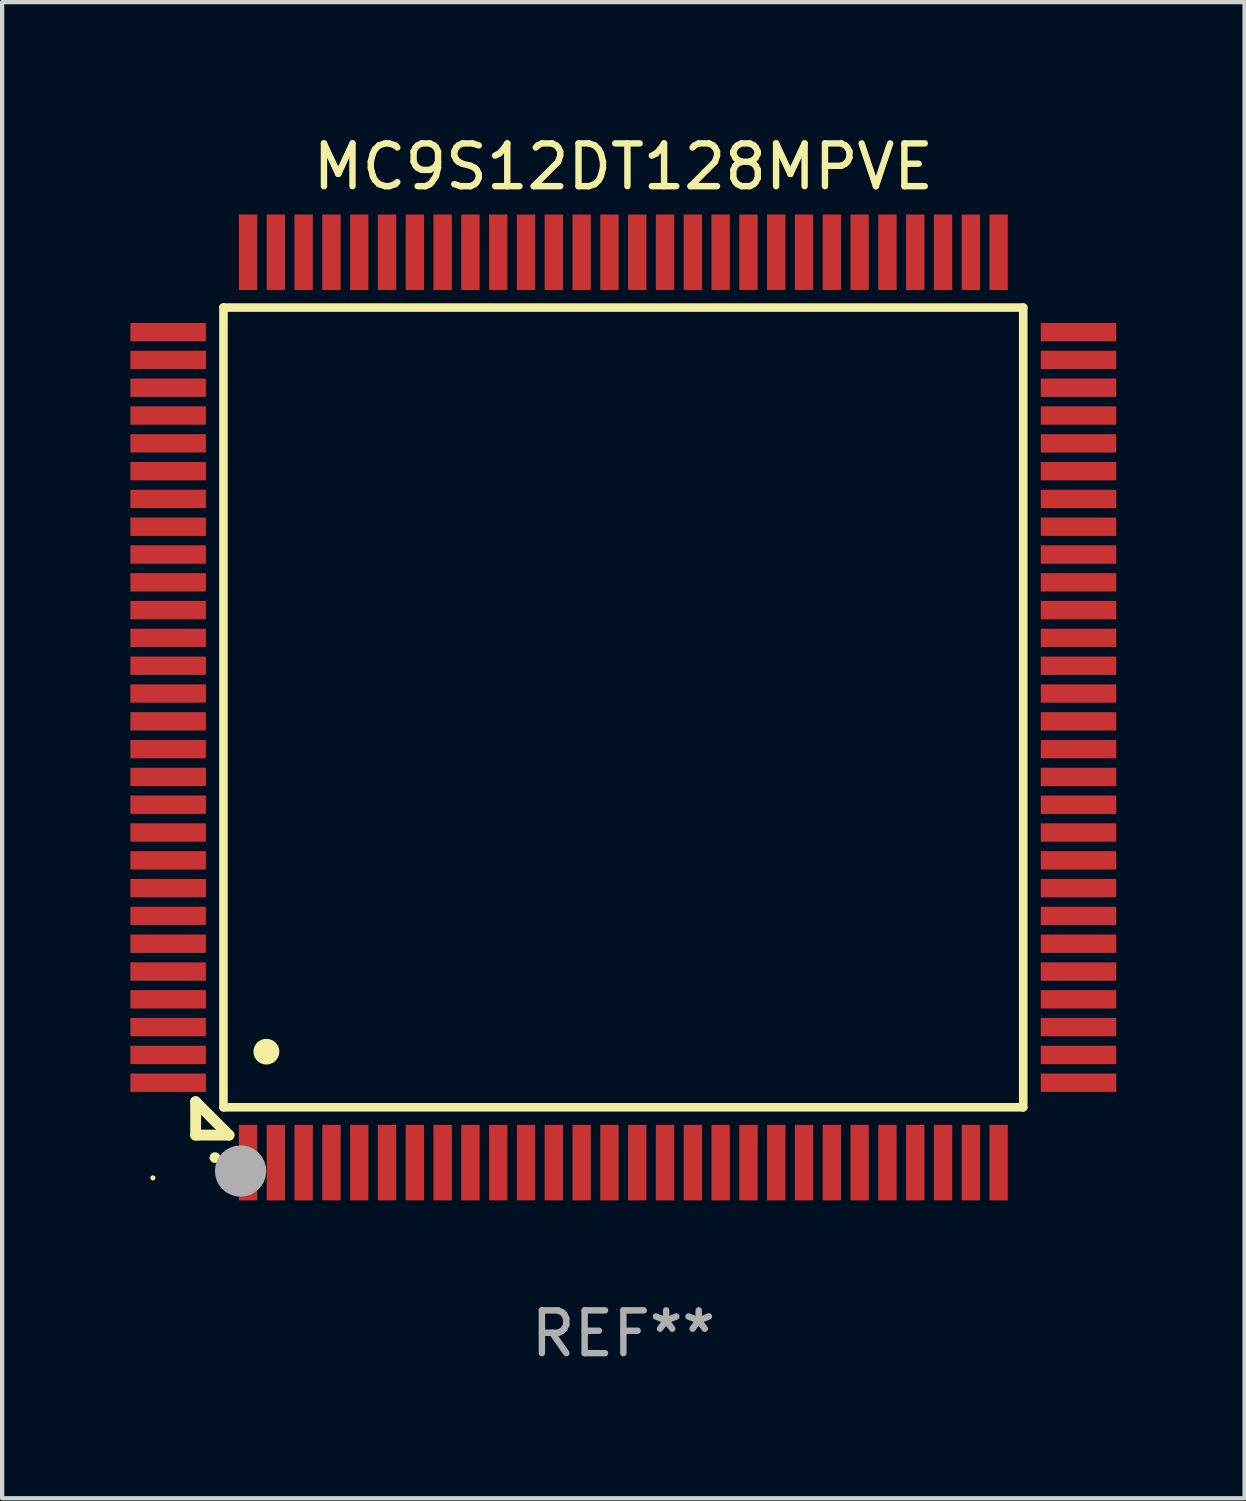
<source format=kicad_pcb>
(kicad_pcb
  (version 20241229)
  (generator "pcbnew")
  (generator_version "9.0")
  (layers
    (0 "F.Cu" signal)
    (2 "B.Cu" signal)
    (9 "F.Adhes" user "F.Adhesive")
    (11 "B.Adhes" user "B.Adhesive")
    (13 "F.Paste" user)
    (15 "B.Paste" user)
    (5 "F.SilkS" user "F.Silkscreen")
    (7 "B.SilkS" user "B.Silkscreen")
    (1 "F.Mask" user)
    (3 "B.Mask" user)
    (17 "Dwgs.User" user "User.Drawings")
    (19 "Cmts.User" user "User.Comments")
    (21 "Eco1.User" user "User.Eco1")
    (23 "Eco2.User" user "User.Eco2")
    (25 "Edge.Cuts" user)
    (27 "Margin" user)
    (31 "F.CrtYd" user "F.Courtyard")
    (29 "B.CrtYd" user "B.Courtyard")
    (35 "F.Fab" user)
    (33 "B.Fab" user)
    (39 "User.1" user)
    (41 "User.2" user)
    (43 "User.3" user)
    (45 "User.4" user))
  (footprint "MC9S12DT128MPVE"
    (layer "F.Cu")
    (at 11.525 13.491)
    (property "Reference" "MC9S12DT128MPVE" (at 0 -12.643 0) (layer "F.SilkS") (effects (font (size 1 1) (thickness 0.15))))
    (attr through_hole)
    (fp_line (start -10 9.221) (end -10 9.221) (stroke (width 0.254) (type solid)) (layer "F.SilkS"))
    (fp_line (start -10 9.221) (end -10 10) (stroke (width 0.254) (type solid)) (layer "F.SilkS"))
    (fp_line (start -10 9.221) (end -9.221 10) (stroke (width 0.254) (type solid)) (layer "F.SilkS"))
    (fp_line (start -10 10) (end -9.221 10) (stroke (width 0.254) (type solid)) (layer "F.SilkS"))
    (fp_line (start -9.35 -9.35) (end -9.35 9.35) (stroke (width 0.201) (type solid)) (layer "F.SilkS"))
    (fp_line (start -9.35 9.35) (end 9.35 9.35) (stroke (width 0.201) (type solid)) (layer "F.SilkS"))
    (fp_line (start 9.35 -9.35) (end -9.35 -9.35) (stroke (width 0.201) (type solid)) (layer "F.SilkS"))
    (fp_line (start 9.35 9.35) (end 9.35 -9.35) (stroke (width 0.201) (type solid)) (layer "F.SilkS"))
    (fp_arc (start -9.550546 10.525832) (mid -9.549276 10.525826) (end -9.548006 10.525832) (stroke (width 0.24892) (type solid)) (layer "F.SilkS"))
    (fp_arc (start -8.349124 8.049327) (mid -8.346584 8.049316) (end -8.344044 8.049327) (stroke (width 0.599441) (type solid)) (layer "F.SilkS"))
    (fp_circle (center -11 11) (end -10.97 11) (stroke (width 0.06) (type solid)) (fill no) (layer "F.SilkS"))
    (fp_circle (center -8.95 10.84) (end -8.65 10.84) (stroke (width 0.6) (type solid)) (fill no) (layer "F.Fab"))
    (fp_text user "REF**" (at 0 14.643 0) (layer "F.Fab") (effects (font (size 1 1) (thickness 0.15))))
    (pad "1" smd rect (at -8.775 10.643) (size 0.43 1.765) (layers "F.Cu" "F.Mask" "F.Paste"))
    (pad "2" smd rect (at -8.125 10.643) (size 0.43 1.765) (layers "F.Cu" "F.Mask" "F.Paste"))
    (pad "3" smd rect (at -7.475 10.643) (size 0.43 1.765) (layers "F.Cu" "F.Mask" "F.Paste"))
    (pad "4" smd rect (at -6.825 10.643) (size 0.43 1.765) (layers "F.Cu" "F.Mask" "F.Paste"))
    (pad "5" smd rect (at -6.175 10.643) (size 0.43 1.765) (layers "F.Cu" "F.Mask" "F.Paste"))
    (pad "6" smd rect (at -5.525 10.643) (size 0.43 1.765) (layers "F.Cu" "F.Mask" "F.Paste"))
    (pad "7" smd rect (at -4.875 10.643) (size 0.43 1.765) (layers "F.Cu" "F.Mask" "F.Paste"))
    (pad "8" smd rect (at -4.225 10.643) (size 0.43 1.765) (layers "F.Cu" "F.Mask" "F.Paste"))
    (pad "9" smd rect (at -3.575 10.643) (size 0.43 1.765) (layers "F.Cu" "F.Mask" "F.Paste"))
    (pad "10" smd rect (at -2.925 10.643) (size 0.43 1.765) (layers "F.Cu" "F.Mask" "F.Paste"))
    (pad "11" smd rect (at -2.275 10.643) (size 0.43 1.765) (layers "F.Cu" "F.Mask" "F.Paste"))
    (pad "12" smd rect (at -1.625 10.643) (size 0.43 1.765) (layers "F.Cu" "F.Mask" "F.Paste"))
    (pad "13" smd rect (at -0.975 10.643) (size 0.43 1.765) (layers "F.Cu" "F.Mask" "F.Paste"))
    (pad "14" smd rect (at -0.325 10.643) (size 0.43 1.765) (layers "F.Cu" "F.Mask" "F.Paste"))
    (pad "15" smd rect (at 0.325 10.643) (size 0.43 1.765) (layers "F.Cu" "F.Mask" "F.Paste"))
    (pad "16" smd rect (at 0.975 10.643) (size 0.43 1.765) (layers "F.Cu" "F.Mask" "F.Paste"))
    (pad "17" smd rect (at 1.625 10.643) (size 0.43 1.765) (layers "F.Cu" "F.Mask" "F.Paste"))
    (pad "18" smd rect (at 2.275 10.643) (size 0.43 1.765) (layers "F.Cu" "F.Mask" "F.Paste"))
    (pad "19" smd rect (at 2.925 10.643) (size 0.43 1.765) (layers "F.Cu" "F.Mask" "F.Paste"))
    (pad "20" smd rect (at 3.575 10.643) (size 0.43 1.765) (layers "F.Cu" "F.Mask" "F.Paste"))
    (pad "21" smd rect (at 4.225 10.643) (size 0.43 1.765) (layers "F.Cu" "F.Mask" "F.Paste"))
    (pad "22" smd rect (at 4.875 10.643) (size 0.43 1.765) (layers "F.Cu" "F.Mask" "F.Paste"))
    (pad "23" smd rect (at 5.525 10.643) (size 0.43 1.765) (layers "F.Cu" "F.Mask" "F.Paste"))
    (pad "24" smd rect (at 6.175 10.643) (size 0.43 1.765) (layers "F.Cu" "F.Mask" "F.Paste"))
    (pad "25" smd rect (at 6.825 10.643) (size 0.43 1.765) (layers "F.Cu" "F.Mask" "F.Paste"))
    (pad "26" smd rect (at 7.475 10.643) (size 0.43 1.765) (layers "F.Cu" "F.Mask" "F.Paste"))
    (pad "27" smd rect (at 8.125 10.643) (size 0.43 1.765) (layers "F.Cu" "F.Mask" "F.Paste"))
    (pad "28" smd rect (at 8.775 10.643) (size 0.43 1.765) (layers "F.Cu" "F.Mask" "F.Paste"))
    (pad "29" smd rect (at 10.643 8.775) (size 1.765 0.43) (layers "F.Cu" "F.Mask" "F.Paste"))
    (pad "30" smd rect (at 10.643 8.125) (size 1.765 0.43) (layers "F.Cu" "F.Mask" "F.Paste"))
    (pad "31" smd rect (at 10.643 7.475) (size 1.765 0.43) (layers "F.Cu" "F.Mask" "F.Paste"))
    (pad "32" smd rect (at 10.643 6.825) (size 1.765 0.43) (layers "F.Cu" "F.Mask" "F.Paste"))
    (pad "33" smd rect (at 10.643 6.175) (size 1.765 0.43) (layers "F.Cu" "F.Mask" "F.Paste"))
    (pad "34" smd rect (at 10.643 5.525) (size 1.765 0.43) (layers "F.Cu" "F.Mask" "F.Paste"))
    (pad "35" smd rect (at 10.643 4.875) (size 1.765 0.43) (layers "F.Cu" "F.Mask" "F.Paste"))
    (pad "36" smd rect (at 10.643 4.225) (size 1.765 0.43) (layers "F.Cu" "F.Mask" "F.Paste"))
    (pad "37" smd rect (at 10.643 3.575) (size 1.765 0.43) (layers "F.Cu" "F.Mask" "F.Paste"))
    (pad "38" smd rect (at 10.643 2.925) (size 1.765 0.43) (layers "F.Cu" "F.Mask" "F.Paste"))
    (pad "39" smd rect (at 10.643 2.275) (size 1.765 0.43) (layers "F.Cu" "F.Mask" "F.Paste"))
    (pad "40" smd rect (at 10.643 1.625) (size 1.765 0.43) (layers "F.Cu" "F.Mask" "F.Paste"))
    (pad "41" smd rect (at 10.643 0.975) (size 1.765 0.43) (layers "F.Cu" "F.Mask" "F.Paste"))
    (pad "42" smd rect (at 10.643 0.325) (size 1.765 0.43) (layers "F.Cu" "F.Mask" "F.Paste"))
    (pad "43" smd rect (at 10.643 -0.325) (size 1.765 0.43) (layers "F.Cu" "F.Mask" "F.Paste"))
    (pad "44" smd rect (at 10.643 -0.975) (size 1.765 0.43) (layers "F.Cu" "F.Mask" "F.Paste"))
    (pad "45" smd rect (at 10.643 -1.625) (size 1.765 0.43) (layers "F.Cu" "F.Mask" "F.Paste"))
    (pad "46" smd rect (at 10.643 -2.275) (size 1.765 0.43) (layers "F.Cu" "F.Mask" "F.Paste"))
    (pad "47" smd rect (at 10.643 -2.925) (size 1.765 0.43) (layers "F.Cu" "F.Mask" "F.Paste"))
    (pad "48" smd rect (at 10.643 -3.575) (size 1.765 0.43) (layers "F.Cu" "F.Mask" "F.Paste"))
    (pad "49" smd rect (at 10.643 -4.225) (size 1.765 0.43) (layers "F.Cu" "F.Mask" "F.Paste"))
    (pad "50" smd rect (at 10.643 -4.875) (size 1.765 0.43) (layers "F.Cu" "F.Mask" "F.Paste"))
    (pad "51" smd rect (at 10.643 -5.525) (size 1.765 0.43) (layers "F.Cu" "F.Mask" "F.Paste"))
    (pad "52" smd rect (at 10.643 -6.175) (size 1.765 0.43) (layers "F.Cu" "F.Mask" "F.Paste"))
    (pad "53" smd rect (at 10.643 -6.825) (size 1.765 0.43) (layers "F.Cu" "F.Mask" "F.Paste"))
    (pad "54" smd rect (at 10.643 -7.475) (size 1.765 0.43) (layers "F.Cu" "F.Mask" "F.Paste"))
    (pad "55" smd rect (at 10.643 -8.125) (size 1.765 0.43) (layers "F.Cu" "F.Mask" "F.Paste"))
    (pad "56" smd rect (at 10.643 -8.775) (size 1.765 0.43) (layers "F.Cu" "F.Mask" "F.Paste"))
    (pad "57" smd rect (at 8.775 -10.643) (size 0.43 1.765) (layers "F.Cu" "F.Mask" "F.Paste"))
    (pad "58" smd rect (at 8.125 -10.643) (size 0.43 1.765) (layers "F.Cu" "F.Mask" "F.Paste"))
    (pad "59" smd rect (at 7.475 -10.643) (size 0.43 1.765) (layers "F.Cu" "F.Mask" "F.Paste"))
    (pad "60" smd rect (at 6.825 -10.643) (size 0.43 1.765) (layers "F.Cu" "F.Mask" "F.Paste"))
    (pad "61" smd rect (at 6.175 -10.643) (size 0.43 1.765) (layers "F.Cu" "F.Mask" "F.Paste"))
    (pad "62" smd rect (at 5.525 -10.643) (size 0.43 1.765) (layers "F.Cu" "F.Mask" "F.Paste"))
    (pad "63" smd rect (at 4.875 -10.643) (size 0.43 1.765) (layers "F.Cu" "F.Mask" "F.Paste"))
    (pad "64" smd rect (at 4.225 -10.643) (size 0.43 1.765) (layers "F.Cu" "F.Mask" "F.Paste"))
    (pad "65" smd rect (at 3.575 -10.643) (size 0.43 1.765) (layers "F.Cu" "F.Mask" "F.Paste"))
    (pad "66" smd rect (at 2.925 -10.643) (size 0.43 1.765) (layers "F.Cu" "F.Mask" "F.Paste"))
    (pad "67" smd rect (at 2.275 -10.643) (size 0.43 1.765) (layers "F.Cu" "F.Mask" "F.Paste"))
    (pad "68" smd rect (at 1.625 -10.643) (size 0.43 1.765) (layers "F.Cu" "F.Mask" "F.Paste"))
    (pad "69" smd rect (at 0.975 -10.643) (size 0.43 1.765) (layers "F.Cu" "F.Mask" "F.Paste"))
    (pad "70" smd rect (at 0.325 -10.643) (size 0.43 1.765) (layers "F.Cu" "F.Mask" "F.Paste"))
    (pad "71" smd rect (at -0.325 -10.643) (size 0.43 1.765) (layers "F.Cu" "F.Mask" "F.Paste"))
    (pad "72" smd rect (at -0.975 -10.643) (size 0.43 1.765) (layers "F.Cu" "F.Mask" "F.Paste"))
    (pad "73" smd rect (at -1.625 -10.643) (size 0.43 1.765) (layers "F.Cu" "F.Mask" "F.Paste"))
    (pad "74" smd rect (at -2.275 -10.643) (size 0.43 1.765) (layers "F.Cu" "F.Mask" "F.Paste"))
    (pad "75" smd rect (at -2.925 -10.643) (size 0.43 1.765) (layers "F.Cu" "F.Mask" "F.Paste"))
    (pad "76" smd rect (at -3.575 -10.643) (size 0.43 1.765) (layers "F.Cu" "F.Mask" "F.Paste"))
    (pad "77" smd rect (at -4.225 -10.643) (size 0.43 1.765) (layers "F.Cu" "F.Mask" "F.Paste"))
    (pad "78" smd rect (at -4.875 -10.643) (size 0.43 1.765) (layers "F.Cu" "F.Mask" "F.Paste"))
    (pad "79" smd rect (at -5.525 -10.643) (size 0.43 1.765) (layers "F.Cu" "F.Mask" "F.Paste"))
    (pad "80" smd rect (at -6.175 -10.643) (size 0.43 1.765) (layers "F.Cu" "F.Mask" "F.Paste"))
    (pad "81" smd rect (at -6.825 -10.643) (size 0.43 1.765) (layers "F.Cu" "F.Mask" "F.Paste"))
    (pad "82" smd rect (at -7.475 -10.643) (size 0.43 1.765) (layers "F.Cu" "F.Mask" "F.Paste"))
    (pad "83" smd rect (at -8.125 -10.643) (size 0.43 1.765) (layers "F.Cu" "F.Mask" "F.Paste"))
    (pad "84" smd rect (at -8.775 -10.643) (size 0.43 1.765) (layers "F.Cu" "F.Mask" "F.Paste"))
    (pad "85" smd rect (at -10.643 -8.775) (size 1.765 0.43) (layers "F.Cu" "F.Mask" "F.Paste"))
    (pad "86" smd rect (at -10.643 -8.125) (size 1.765 0.43) (layers "F.Cu" "F.Mask" "F.Paste"))
    (pad "87" smd rect (at -10.643 -7.475) (size 1.765 0.43) (layers "F.Cu" "F.Mask" "F.Paste"))
    (pad "88" smd rect (at -10.643 -6.825) (size 1.765 0.43) (layers "F.Cu" "F.Mask" "F.Paste"))
    (pad "89" smd rect (at -10.643 -6.175) (size 1.765 0.43) (layers "F.Cu" "F.Mask" "F.Paste"))
    (pad "90" smd rect (at -10.643 -5.525) (size 1.765 0.43) (layers "F.Cu" "F.Mask" "F.Paste"))
    (pad "91" smd rect (at -10.643 -4.875) (size 1.765 0.43) (layers "F.Cu" "F.Mask" "F.Paste"))
    (pad "92" smd rect (at -10.643 -4.225) (size 1.765 0.43) (layers "F.Cu" "F.Mask" "F.Paste"))
    (pad "93" smd rect (at -10.643 -3.575) (size 1.765 0.43) (layers "F.Cu" "F.Mask" "F.Paste"))
    (pad "94" smd rect (at -10.643 -2.925) (size 1.765 0.43) (layers "F.Cu" "F.Mask" "F.Paste"))
    (pad "95" smd rect (at -10.643 -2.275) (size 1.765 0.43) (layers "F.Cu" "F.Mask" "F.Paste"))
    (pad "96" smd rect (at -10.643 -1.625) (size 1.765 0.43) (layers "F.Cu" "F.Mask" "F.Paste"))
    (pad "97" smd rect (at -10.643 -0.975) (size 1.765 0.43) (layers "F.Cu" "F.Mask" "F.Paste"))
    (pad "98" smd rect (at -10.643 -0.325) (size 1.765 0.43) (layers "F.Cu" "F.Mask" "F.Paste"))
    (pad "99" smd rect (at -10.643 0.325) (size 1.765 0.43) (layers "F.Cu" "F.Mask" "F.Paste"))
    (pad "100" smd rect (at -10.643 0.975) (size 1.765 0.43) (layers "F.Cu" "F.Mask" "F.Paste"))
    (pad "101" smd rect (at -10.643 1.625) (size 1.765 0.43) (layers "F.Cu" "F.Mask" "F.Paste"))
    (pad "102" smd rect (at -10.643 2.275) (size 1.765 0.43) (layers "F.Cu" "F.Mask" "F.Paste"))
    (pad "103" smd rect (at -10.643 2.925) (size 1.765 0.43) (layers "F.Cu" "F.Mask" "F.Paste"))
    (pad "104" smd rect (at -10.643 3.575) (size 1.765 0.43) (layers "F.Cu" "F.Mask" "F.Paste"))
    (pad "105" smd rect (at -10.643 4.225) (size 1.765 0.43) (layers "F.Cu" "F.Mask" "F.Paste"))
    (pad "106" smd rect (at -10.643 4.875) (size 1.765 0.43) (layers "F.Cu" "F.Mask" "F.Paste"))
    (pad "107" smd rect (at -10.643 5.525) (size 1.765 0.43) (layers "F.Cu" "F.Mask" "F.Paste"))
    (pad "108" smd rect (at -10.643 6.175) (size 1.765 0.43) (layers "F.Cu" "F.Mask" "F.Paste"))
    (pad "109" smd rect (at -10.643 6.825) (size 1.765 0.43) (layers "F.Cu" "F.Mask" "F.Paste"))
    (pad "110" smd rect (at -10.643 7.475) (size 1.765 0.43) (layers "F.Cu" "F.Mask" "F.Paste"))
    (pad "111" smd rect (at -10.643 8.125) (size 1.765 0.43) (layers "F.Cu" "F.Mask" "F.Paste"))
    (pad "112" smd rect (at -10.643 8.775) (size 1.765 0.43) (layers "F.Cu" "F.Mask" "F.Paste")))
  (gr_rect
    (start -3 -3)
    (end 26.05 31.982)
    (stroke (width 0.1) (type default))
    (fill no)
    (layer "Edge.Cuts")))
</source>
